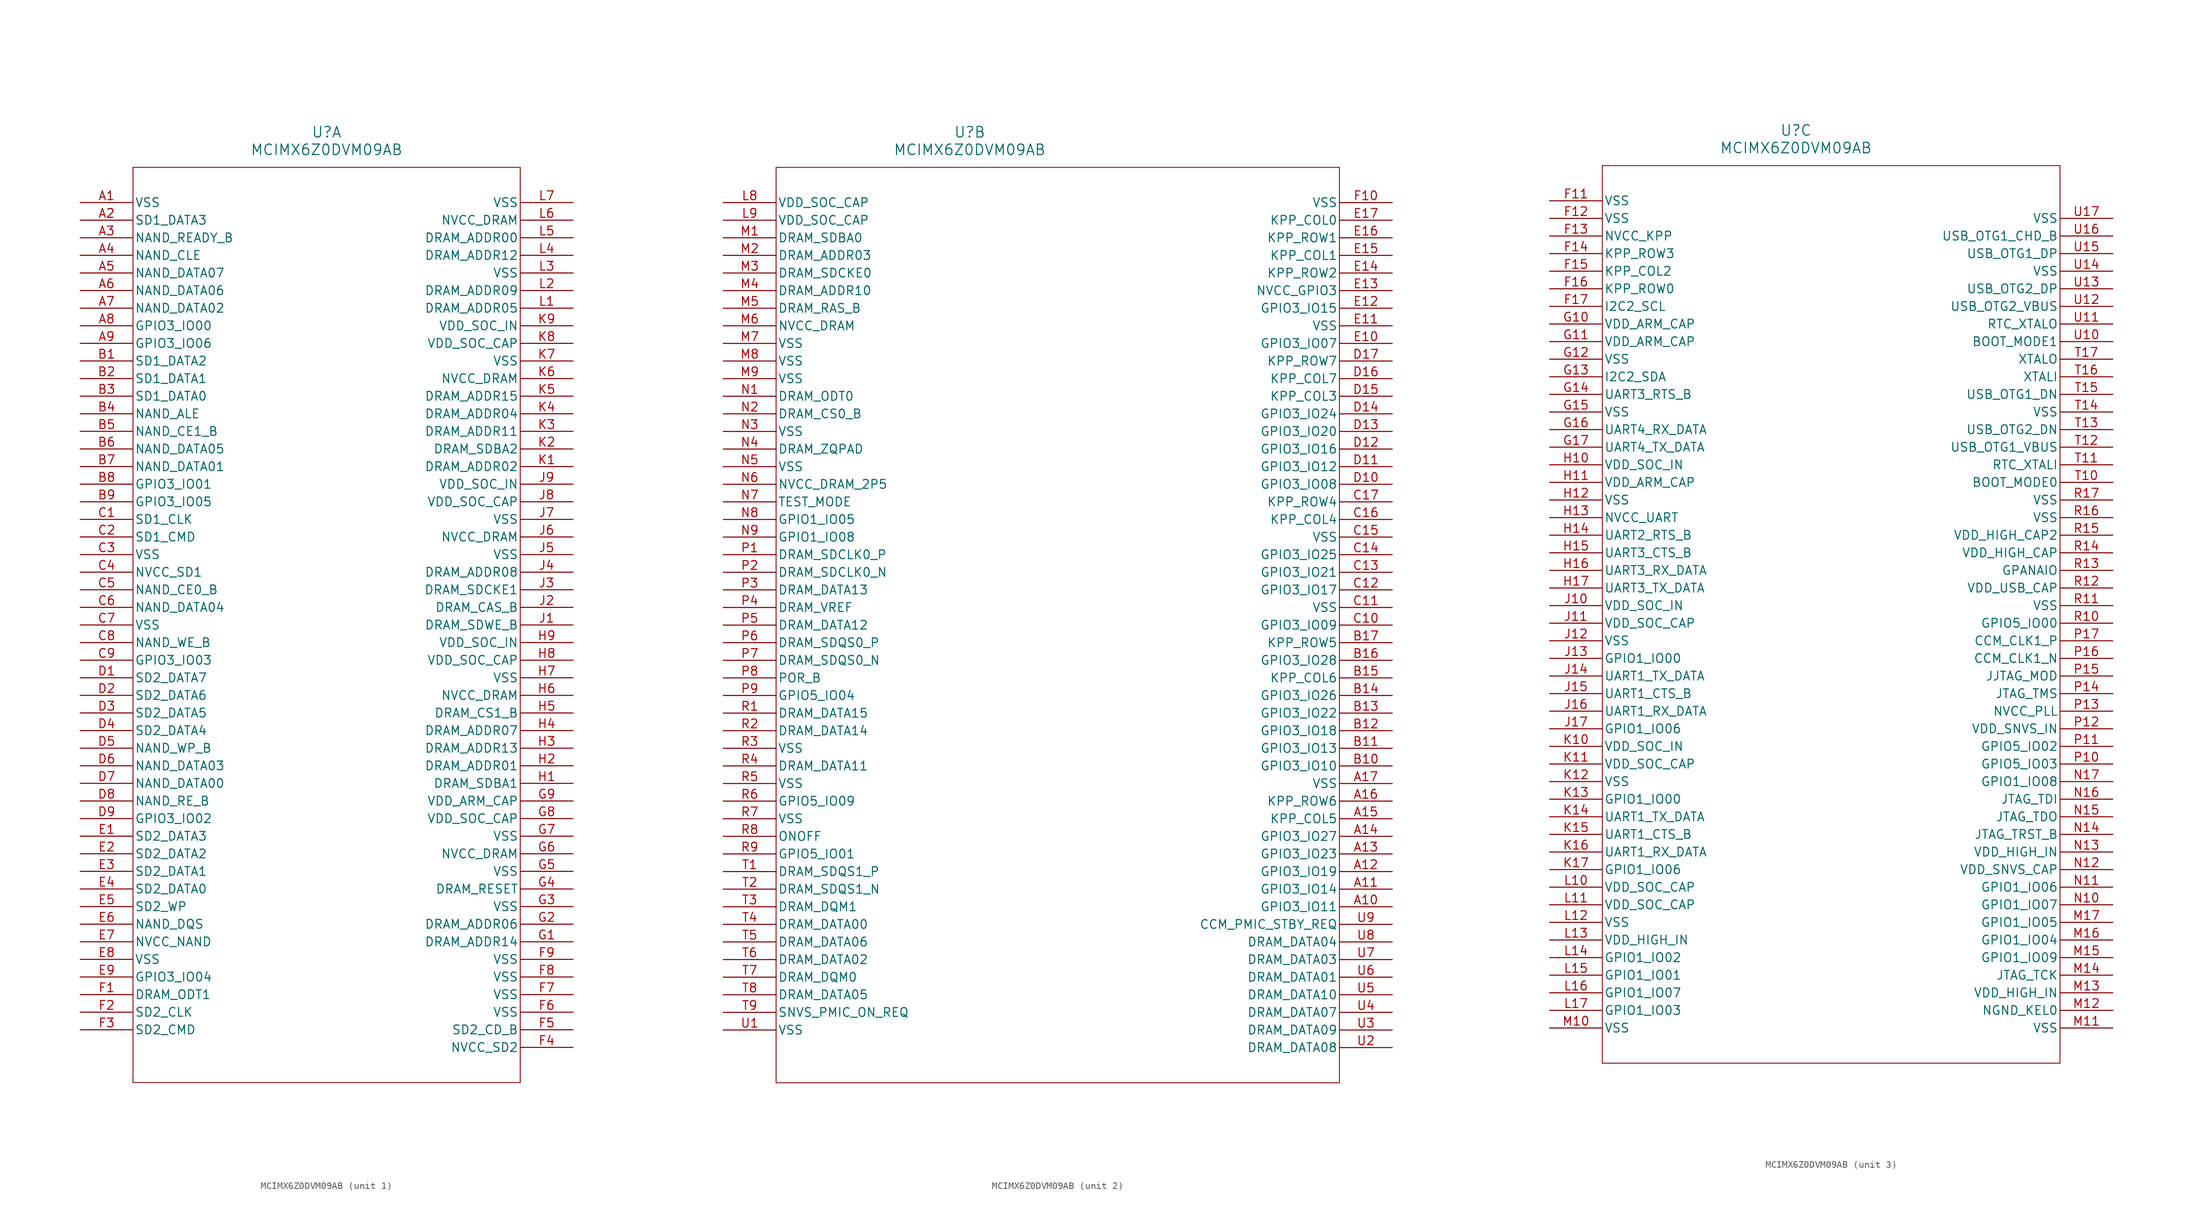
<source format=kicad_sym>
(kicad_symbol_lib
  (version 20211014)
  (generator kicad_symbol_editor)
  (symbol "MCIMX6Z0DVM09AB"
    (pin_names
      (offset 0.254))
    (property "Reference" "U"
      (at 35.56 10.16 0)
      (effects (font (size 1.524 1.524))))
    (property "Value" "MCIMX6Z0DVM09AB"
      (at 35.56 7.62 0)
      (effects (font (size 1.524 1.524))))
    (symbol "MCIMX6Z0DVM09AB_1_1"
      (polyline (pts (xy 7.62 5.08) (xy 7.62 -127)) (stroke (width 0.127) (type default) (color 0 0 0 0)) (fill (type none)))
      (polyline (pts (xy 7.62 -127) (xy 63.5 -127)) (stroke (width 0.127) (type default) (color 0 0 0 0)) (fill (type none)))
      (polyline (pts (xy 63.5 -127) (xy 63.5 5.08)) (stroke (width 0.127) (type default) (color 0 0 0 0)) (fill (type none)))
      (polyline (pts (xy 63.5 5.08) (xy 7.62 5.08)) (stroke (width 0.127) (type default) (color 0 0 0 0)) (fill (type none)))
      (pin power_out line (at 0 0 0) (length 7.62) (name "VSS" (effects (font (size 1.27 1.27)))) (number "A1" (effects (font (size 1.27 1.27)))))
      (pin input line (at 0 -2.54 0) (length 7.62) (name "SD1_DATA3" (effects (font (size 1.27 1.27)))) (number "A2" (effects (font (size 1.27 1.27)))))
      (pin input line (at 0 -5.08 0) (length 7.62) (name "NAND_READY_B" (effects (font (size 1.27 1.27)))) (number "A3" (effects (font (size 1.27 1.27)))))
      (pin input line (at 0 -7.62 0) (length 7.62) (name "NAND_CLE" (effects (font (size 1.27 1.27)))) (number "A4" (effects (font (size 1.27 1.27)))))
      (pin input line (at 0 -10.16 0) (length 7.62) (name "NAND_DATA07" (effects (font (size 1.27 1.27)))) (number "A5" (effects (font (size 1.27 1.27)))))
      (pin input line (at 0 -12.7 0) (length 7.62) (name "NAND_DATA06" (effects (font (size 1.27 1.27)))) (number "A6" (effects (font (size 1.27 1.27)))))
      (pin input line (at 0 -15.24 0) (length 7.62) (name "NAND_DATA02" (effects (font (size 1.27 1.27)))) (number "A7" (effects (font (size 1.27 1.27)))))
      (pin input line (at 0 -17.78 0) (length 7.62) (name "GPIO3_IO00" (effects (font (size 1.27 1.27)))) (number "A8" (effects (font (size 1.27 1.27)))))
      (pin input line (at 0 -20.32 0) (length 7.62) (name "GPIO3_IO06" (effects (font (size 1.27 1.27)))) (number "A9" (effects (font (size 1.27 1.27)))))
      (pin input line (at 0 -22.86 0) (length 7.62) (name "SD1_DATA2" (effects (font (size 1.27 1.27)))) (number "B1" (effects (font (size 1.27 1.27)))))
      (pin input line (at 0 -25.4 0) (length 7.62) (name "SD1_DATA1" (effects (font (size 1.27 1.27)))) (number "B2" (effects (font (size 1.27 1.27)))))
      (pin input line (at 0 -27.94 0) (length 7.62) (name "SD1_DATA0" (effects (font (size 1.27 1.27)))) (number "B3" (effects (font (size 1.27 1.27)))))
      (pin input line (at 0 -30.48 0) (length 7.62) (name "NAND_ALE" (effects (font (size 1.27 1.27)))) (number "B4" (effects (font (size 1.27 1.27)))))
      (pin input line (at 0 -33.02 0) (length 7.62) (name "NAND_CE1_B" (effects (font (size 1.27 1.27)))) (number "B5" (effects (font (size 1.27 1.27)))))
      (pin input line (at 0 -35.56 0) (length 7.62) (name "NAND_DATA05" (effects (font (size 1.27 1.27)))) (number "B6" (effects (font (size 1.27 1.27)))))
      (pin input line (at 0 -38.1 0) (length 7.62) (name "NAND_DATA01" (effects (font (size 1.27 1.27)))) (number "B7" (effects (font (size 1.27 1.27)))))
      (pin input line (at 0 -40.64 0) (length 7.62) (name "GPIO3_IO01" (effects (font (size 1.27 1.27)))) (number "B8" (effects (font (size 1.27 1.27)))))
      (pin input line (at 0 -43.18 0) (length 7.62) (name "GPIO3_IO05" (effects (font (size 1.27 1.27)))) (number "B9" (effects (font (size 1.27 1.27)))))
      (pin input line (at 0 -45.72 0) (length 7.62) (name "SD1_CLK" (effects (font (size 1.27 1.27)))) (number "C1" (effects (font (size 1.27 1.27)))))
      (pin input line (at 0 -48.26 0) (length 7.62) (name "SD1_CMD" (effects (font (size 1.27 1.27)))) (number "C2" (effects (font (size 1.27 1.27)))))
      (pin power_out line (at 0 -50.8 0) (length 7.62) (name "VSS" (effects (font (size 1.27 1.27)))) (number "C3" (effects (font (size 1.27 1.27)))))
      (pin bidirectional line (at 0 -53.34 0) (length 7.62) (name "NVCC_SD1" (effects (font (size 1.27 1.27)))) (number "C4" (effects (font (size 1.27 1.27)))))
      (pin input line (at 0 -55.88 0) (length 7.62) (name "NAND_CE0_B" (effects (font (size 1.27 1.27)))) (number "C5" (effects (font (size 1.27 1.27)))))
      (pin input line (at 0 -58.42 0) (length 7.62) (name "NAND_DATA04" (effects (font (size 1.27 1.27)))) (number "C6" (effects (font (size 1.27 1.27)))))
      (pin power_out line (at 0 -60.96 0) (length 7.62) (name "VSS" (effects (font (size 1.27 1.27)))) (number "C7" (effects (font (size 1.27 1.27)))))
      (pin input line (at 0 -63.5 0) (length 7.62) (name "NAND_WE_B" (effects (font (size 1.27 1.27)))) (number "C8" (effects (font (size 1.27 1.27)))))
      (pin input line (at 0 -66.04 0) (length 7.62) (name "GPIO3_IO03" (effects (font (size 1.27 1.27)))) (number "C9" (effects (font (size 1.27 1.27)))))
      (pin input line (at 0 -68.58 0) (length 7.62) (name "SD2_DATA7" (effects (font (size 1.27 1.27)))) (number "D1" (effects (font (size 1.27 1.27)))))
      (pin input line (at 0 -71.12 0) (length 7.62) (name "SD2_DATA6" (effects (font (size 1.27 1.27)))) (number "D2" (effects (font (size 1.27 1.27)))))
      (pin input line (at 0 -73.66 0) (length 7.62) (name "SD2_DATA5" (effects (font (size 1.27 1.27)))) (number "D3" (effects (font (size 1.27 1.27)))))
      (pin input line (at 0 -76.2 0) (length 7.62) (name "SD2_DATA4" (effects (font (size 1.27 1.27)))) (number "D4" (effects (font (size 1.27 1.27)))))
      (pin input line (at 0 -78.74 0) (length 7.62) (name "NAND_WP_B" (effects (font (size 1.27 1.27)))) (number "D5" (effects (font (size 1.27 1.27)))))
      (pin input line (at 0 -81.28 0) (length 7.62) (name "NAND_DATA03" (effects (font (size 1.27 1.27)))) (number "D6" (effects (font (size 1.27 1.27)))))
      (pin input line (at 0 -83.82 0) (length 7.62) (name "NAND_DATA00" (effects (font (size 1.27 1.27)))) (number "D7" (effects (font (size 1.27 1.27)))))
      (pin input line (at 0 -86.36 0) (length 7.62) (name "NAND_RE_B" (effects (font (size 1.27 1.27)))) (number "D8" (effects (font (size 1.27 1.27)))))
      (pin input line (at 0 -88.9 0) (length 7.62) (name "GPIO3_IO02" (effects (font (size 1.27 1.27)))) (number "D9" (effects (font (size 1.27 1.27)))))
      (pin input line (at 0 -91.44 0) (length 7.62) (name "SD2_DATA3" (effects (font (size 1.27 1.27)))) (number "E1" (effects (font (size 1.27 1.27)))))
      (pin input line (at 0 -93.98 0) (length 7.62) (name "SD2_DATA2" (effects (font (size 1.27 1.27)))) (number "E2" (effects (font (size 1.27 1.27)))))
      (pin input line (at 0 -96.52 0) (length 7.62) (name "SD2_DATA1" (effects (font (size 1.27 1.27)))) (number "E3" (effects (font (size 1.27 1.27)))))
      (pin input line (at 0 -99.06 0) (length 7.62) (name "SD2_DATA0" (effects (font (size 1.27 1.27)))) (number "E4" (effects (font (size 1.27 1.27)))))
      (pin input line (at 0 -101.6 0) (length 7.62) (name "SD2_WP" (effects (font (size 1.27 1.27)))) (number "E5" (effects (font (size 1.27 1.27)))))
      (pin input line (at 0 -104.14 0) (length 7.62) (name "NAND_DQS" (effects (font (size 1.27 1.27)))) (number "E6" (effects (font (size 1.27 1.27)))))
      (pin power_in line (at 0 -106.68 0) (length 7.62) (name "NVCC_NAND" (effects (font (size 1.27 1.27)))) (number "E7" (effects (font (size 1.27 1.27)))))
      (pin power_out line (at 0 -109.22 0) (length 7.62) (name "VSS" (effects (font (size 1.27 1.27)))) (number "E8" (effects (font (size 1.27 1.27)))))
      (pin input line (at 0 -111.76 0) (length 7.62) (name "GPIO3_IO04" (effects (font (size 1.27 1.27)))) (number "E9" (effects (font (size 1.27 1.27)))))
      (pin output line (at 0 -114.3 0) (length 7.62) (name "DRAM_ODT1" (effects (font (size 1.27 1.27)))) (number "F1" (effects (font (size 1.27 1.27)))))
      (pin input line (at 0 -116.84 0) (length 7.62) (name "SD2_CLK" (effects (font (size 1.27 1.27)))) (number "F2" (effects (font (size 1.27 1.27)))))
      (pin input line (at 0 -119.38 0) (length 7.62) (name "SD2_CMD" (effects (font (size 1.27 1.27)))) (number "F3" (effects (font (size 1.27 1.27)))))
      (pin bidirectional line (at 71.12 -121.92 180) (length 7.62) (name "NVCC_SD2" (effects (font (size 1.27 1.27)))) (number "F4" (effects (font (size 1.27 1.27)))))
      (pin input line (at 71.12 -119.38 180) (length 7.62) (name "SD2_CD_B" (effects (font (size 1.27 1.27)))) (number "F5" (effects (font (size 1.27 1.27)))))
      (pin power_out line (at 71.12 -116.84 180) (length 7.62) (name "VSS" (effects (font (size 1.27 1.27)))) (number "F6" (effects (font (size 1.27 1.27)))))
      (pin power_out line (at 71.12 -114.3 180) (length 7.62) (name "VSS" (effects (font (size 1.27 1.27)))) (number "F7" (effects (font (size 1.27 1.27)))))
      (pin power_out line (at 71.12 -111.76 180) (length 7.62) (name "VSS" (effects (font (size 1.27 1.27)))) (number "F8" (effects (font (size 1.27 1.27)))))
      (pin power_out line (at 71.12 -109.22 180) (length 7.62) (name "VSS" (effects (font (size 1.27 1.27)))) (number "F9" (effects (font (size 1.27 1.27)))))
      (pin output line (at 71.12 -106.68 180) (length 7.62) (name "DRAM_ADDR14" (effects (font (size 1.27 1.27)))) (number "G1" (effects (font (size 1.27 1.27)))))
      (pin output line (at 71.12 -104.14 180) (length 7.62) (name "DRAM_ADDR06" (effects (font (size 1.27 1.27)))) (number "G2" (effects (font (size 1.27 1.27)))))
      (pin power_out line (at 71.12 -101.6 180) (length 7.62) (name "VSS" (effects (font (size 1.27 1.27)))) (number "G3" (effects (font (size 1.27 1.27)))))
      (pin output line (at 71.12 -99.06 180) (length 7.62) (name "DRAM_RESET" (effects (font (size 1.27 1.27)))) (number "G4" (effects (font (size 1.27 1.27)))))
      (pin power_out line (at 71.12 -96.52 180) (length 7.62) (name "VSS" (effects (font (size 1.27 1.27)))) (number "G5" (effects (font (size 1.27 1.27)))))
      (pin power_in line (at 71.12 -93.98 180) (length 7.62) (name "NVCC_DRAM" (effects (font (size 1.27 1.27)))) (number "G6" (effects (font (size 1.27 1.27)))))
      (pin power_out line (at 71.12 -91.44 180) (length 7.62) (name "VSS" (effects (font (size 1.27 1.27)))) (number "G7" (effects (font (size 1.27 1.27)))))
      (pin power_in line (at 71.12 -88.9 180) (length 7.62) (name "VDD_SOC_CAP" (effects (font (size 1.27 1.27)))) (number "G8" (effects (font (size 1.27 1.27)))))
      (pin power_in line (at 71.12 -86.36 180) (length 7.62) (name "VDD_ARM_CAP" (effects (font (size 1.27 1.27)))) (number "G9" (effects (font (size 1.27 1.27)))))
      (pin output line (at 71.12 -83.82 180) (length 7.62) (name "DRAM_SDBA1" (effects (font (size 1.27 1.27)))) (number "H1" (effects (font (size 1.27 1.27)))))
      (pin output line (at 71.12 -81.28 180) (length 7.62) (name "DRAM_ADDR01" (effects (font (size 1.27 1.27)))) (number "H2" (effects (font (size 1.27 1.27)))))
      (pin output line (at 71.12 -78.74 180) (length 7.62) (name "DRAM_ADDR13" (effects (font (size 1.27 1.27)))) (number "H3" (effects (font (size 1.27 1.27)))))
      (pin output line (at 71.12 -76.2 180) (length 7.62) (name "DRAM_ADDR07" (effects (font (size 1.27 1.27)))) (number "H4" (effects (font (size 1.27 1.27)))))
      (pin output line (at 71.12 -73.66 180) (length 7.62) (name "DRAM_CS1_B" (effects (font (size 1.27 1.27)))) (number "H5" (effects (font (size 1.27 1.27)))))
      (pin power_in line (at 71.12 -71.12 180) (length 7.62) (name "NVCC_DRAM" (effects (font (size 1.27 1.27)))) (number "H6" (effects (font (size 1.27 1.27)))))
      (pin power_out line (at 71.12 -68.58 180) (length 7.62) (name "VSS" (effects (font (size 1.27 1.27)))) (number "H7" (effects (font (size 1.27 1.27)))))
      (pin power_in line (at 71.12 -66.04 180) (length 7.62) (name "VDD_SOC_CAP" (effects (font (size 1.27 1.27)))) (number "H8" (effects (font (size 1.27 1.27)))))
      (pin power_in line (at 71.12 -63.5 180) (length 7.62) (name "VDD_SOC_IN" (effects (font (size 1.27 1.27)))) (number "H9" (effects (font (size 1.27 1.27)))))
      (pin output line (at 71.12 -60.96 180) (length 7.62) (name "DRAM_SDWE_B" (effects (font (size 1.27 1.27)))) (number "J1" (effects (font (size 1.27 1.27)))))
      (pin output line (at 71.12 -58.42 180) (length 7.62) (name "DRAM_CAS_B" (effects (font (size 1.27 1.27)))) (number "J2" (effects (font (size 1.27 1.27)))))
      (pin output line (at 71.12 -55.88 180) (length 7.62) (name "DRAM_SDCKE1" (effects (font (size 1.27 1.27)))) (number "J3" (effects (font (size 1.27 1.27)))))
      (pin output line (at 71.12 -53.34 180) (length 7.62) (name "DRAM_ADDR08" (effects (font (size 1.27 1.27)))) (number "J4" (effects (font (size 1.27 1.27)))))
      (pin power_out line (at 71.12 -50.8 180) (length 7.62) (name "VSS" (effects (font (size 1.27 1.27)))) (number "J5" (effects (font (size 1.27 1.27)))))
      (pin power_in line (at 71.12 -48.26 180) (length 7.62) (name "NVCC_DRAM" (effects (font (size 1.27 1.27)))) (number "J6" (effects (font (size 1.27 1.27)))))
      (pin power_out line (at 71.12 -45.72 180) (length 7.62) (name "VSS" (effects (font (size 1.27 1.27)))) (number "J7" (effects (font (size 1.27 1.27)))))
      (pin power_in line (at 71.12 -43.18 180) (length 7.62) (name "VDD_SOC_CAP" (effects (font (size 1.27 1.27)))) (number "J8" (effects (font (size 1.27 1.27)))))
      (pin power_in line (at 71.12 -40.64 180) (length 7.62) (name "VDD_SOC_IN" (effects (font (size 1.27 1.27)))) (number "J9" (effects (font (size 1.27 1.27)))))
      (pin output line (at 71.12 -38.1 180) (length 7.62) (name "DRAM_ADDR02" (effects (font (size 1.27 1.27)))) (number "K1" (effects (font (size 1.27 1.27)))))
      (pin output line (at 71.12 -35.56 180) (length 7.62) (name "DRAM_SDBA2" (effects (font (size 1.27 1.27)))) (number "K2" (effects (font (size 1.27 1.27)))))
      (pin output line (at 71.12 -33.02 180) (length 7.62) (name "DRAM_ADDR11" (effects (font (size 1.27 1.27)))) (number "K3" (effects (font (size 1.27 1.27)))))
      (pin output line (at 71.12 -30.48 180) (length 7.62) (name "DRAM_ADDR04" (effects (font (size 1.27 1.27)))) (number "K4" (effects (font (size 1.27 1.27)))))
      (pin output line (at 71.12 -27.94 180) (length 7.62) (name "DRAM_ADDR15" (effects (font (size 1.27 1.27)))) (number "K5" (effects (font (size 1.27 1.27)))))
      (pin power_in line (at 71.12 -25.4 180) (length 7.62) (name "NVCC_DRAM" (effects (font (size 1.27 1.27)))) (number "K6" (effects (font (size 1.27 1.27)))))
      (pin power_out line (at 71.12 -22.86 180) (length 7.62) (name "VSS" (effects (font (size 1.27 1.27)))) (number "K7" (effects (font (size 1.27 1.27)))))
      (pin power_in line (at 71.12 -20.32 180) (length 7.62) (name "VDD_SOC_CAP" (effects (font (size 1.27 1.27)))) (number "K8" (effects (font (size 1.27 1.27)))))
      (pin power_in line (at 71.12 -17.78 180) (length 7.62) (name "VDD_SOC_IN" (effects (font (size 1.27 1.27)))) (number "K9" (effects (font (size 1.27 1.27)))))
      (pin output line (at 71.12 -15.24 180) (length 7.62) (name "DRAM_ADDR05" (effects (font (size 1.27 1.27)))) (number "L1" (effects (font (size 1.27 1.27)))))
      (pin output line (at 71.12 -12.7 180) (length 7.62) (name "DRAM_ADDR09" (effects (font (size 1.27 1.27)))) (number "L2" (effects (font (size 1.27 1.27)))))
      (pin power_out line (at 71.12 -10.16 180) (length 7.62) (name "VSS" (effects (font (size 1.27 1.27)))) (number "L3" (effects (font (size 1.27 1.27)))))
      (pin output line (at 71.12 -7.62 180) (length 7.62) (name "DRAM_ADDR12" (effects (font (size 1.27 1.27)))) (number "L4" (effects (font (size 1.27 1.27)))))
      (pin output line (at 71.12 -5.08 180) (length 7.62) (name "DRAM_ADDR00" (effects (font (size 1.27 1.27)))) (number "L5" (effects (font (size 1.27 1.27)))))
      (pin power_in line (at 71.12 -2.54 180) (length 7.62) (name "NVCC_DRAM" (effects (font (size 1.27 1.27)))) (number "L6" (effects (font (size 1.27 1.27)))))
      (pin power_out line (at 71.12 0 180) (length 7.62) (name "VSS" (effects (font (size 1.27 1.27)))) (number "L7" (effects (font (size 1.27 1.27))))))
    (symbol "MCIMX6Z0DVM09AB_2_1"
      (polyline (pts (xy 7.62 5.08) (xy 7.62 -127)) (stroke (width 0.127) (type default) (color 0 0 0 0)) (fill (type none)))
      (polyline (pts (xy 7.62 -127) (xy 88.9 -127)) (stroke (width 0.127) (type default) (color 0 0 0 0)) (fill (type none)))
      (polyline (pts (xy 88.9 -127) (xy 88.9 5.08)) (stroke (width 0.127) (type default) (color 0 0 0 0)) (fill (type none)))
      (polyline (pts (xy 88.9 5.08) (xy 7.62 5.08)) (stroke (width 0.127) (type default) (color 0 0 0 0)) (fill (type none)))
      (pin power_in line (at 0 0 0) (length 7.62) (name "VDD_SOC_CAP" (effects (font (size 1.27 1.27)))) (number "L8" (effects (font (size 1.27 1.27)))))
      (pin power_in line (at 0 -2.54 0) (length 7.62) (name "VDD_SOC_CAP" (effects (font (size 1.27 1.27)))) (number "L9" (effects (font (size 1.27 1.27)))))
      (pin output line (at 0 -5.08 0) (length 7.62) (name "DRAM_SDBA0" (effects (font (size 1.27 1.27)))) (number "M1" (effects (font (size 1.27 1.27)))))
      (pin output line (at 0 -7.62 0) (length 7.62) (name "DRAM_ADDR03" (effects (font (size 1.27 1.27)))) (number "M2" (effects (font (size 1.27 1.27)))))
      (pin output line (at 0 -10.16 0) (length 7.62) (name "DRAM_SDCKE0" (effects (font (size 1.27 1.27)))) (number "M3" (effects (font (size 1.27 1.27)))))
      (pin output line (at 0 -12.7 0) (length 7.62) (name "DRAM_ADDR10" (effects (font (size 1.27 1.27)))) (number "M4" (effects (font (size 1.27 1.27)))))
      (pin output line (at 0 -15.24 0) (length 7.62) (name "DRAM_RAS_B" (effects (font (size 1.27 1.27)))) (number "M5" (effects (font (size 1.27 1.27)))))
      (pin power_in line (at 0 -17.78 0) (length 7.62) (name "NVCC_DRAM" (effects (font (size 1.27 1.27)))) (number "M6" (effects (font (size 1.27 1.27)))))
      (pin power_out line (at 0 -20.32 0) (length 7.62) (name "VSS" (effects (font (size 1.27 1.27)))) (number "M7" (effects (font (size 1.27 1.27)))))
      (pin power_out line (at 0 -22.86 0) (length 7.62) (name "VSS" (effects (font (size 1.27 1.27)))) (number "M8" (effects (font (size 1.27 1.27)))))
      (pin power_out line (at 0 -25.4 0) (length 7.62) (name "VSS" (effects (font (size 1.27 1.27)))) (number "M9" (effects (font (size 1.27 1.27)))))
      (pin output line (at 0 -27.94 0) (length 7.62) (name "DRAM_ODT0" (effects (font (size 1.27 1.27)))) (number "N1" (effects (font (size 1.27 1.27)))))
      (pin output line (at 0 -30.48 0) (length 7.62) (name "DRAM_CS0_B" (effects (font (size 1.27 1.27)))) (number "N2" (effects (font (size 1.27 1.27)))))
      (pin power_out line (at 0 -33.02 0) (length 7.62) (name "VSS" (effects (font (size 1.27 1.27)))) (number "N3" (effects (font (size 1.27 1.27)))))
      (pin input line (at 0 -35.56 0) (length 7.62) (name "DRAM_ZQPAD" (effects (font (size 1.27 1.27)))) (number "N4" (effects (font (size 1.27 1.27)))))
      (pin power_out line (at 0 -38.1 0) (length 7.62) (name "VSS" (effects (font (size 1.27 1.27)))) (number "N5" (effects (font (size 1.27 1.27)))))
      (pin power_in line (at 0 -40.64 0) (length 7.62) (name "NVCC_DRAM_2P5" (effects (font (size 1.27 1.27)))) (number "N6" (effects (font (size 1.27 1.27)))))
      (pin input line (at 0 -43.18 0) (length 7.62) (name "TEST_MODE" (effects (font (size 1.27 1.27)))) (number "N7" (effects (font (size 1.27 1.27)))))
      (pin input line (at 0 -45.72 0) (length 7.62) (name "GPIO1_IO05" (effects (font (size 1.27 1.27)))) (number "N8" (effects (font (size 1.27 1.27)))))
      (pin input line (at 0 -48.26 0) (length 7.62) (name "GPIO1_IO08" (effects (font (size 1.27 1.27)))) (number "N9" (effects (font (size 1.27 1.27)))))
      (pin input line (at 0 -50.8 0) (length 7.62) (name "DRAM_SDCLK0_P" (effects (font (size 1.27 1.27)))) (number "P1" (effects (font (size 1.27 1.27)))))
      (pin input line (at 0 -53.34 0) (length 7.62) (name "DRAM_SDCLK0_N" (effects (font (size 1.27 1.27)))) (number "P2" (effects (font (size 1.27 1.27)))))
      (pin input line (at 0 -55.88 0) (length 7.62) (name "DRAM_DATA13" (effects (font (size 1.27 1.27)))) (number "P3" (effects (font (size 1.27 1.27)))))
      (pin power_in line (at 0 -58.42 0) (length 7.62) (name "DRAM_VREF" (effects (font (size 1.27 1.27)))) (number "P4" (effects (font (size 1.27 1.27)))))
      (pin input line (at 0 -60.96 0) (length 7.62) (name "DRAM_DATA12" (effects (font (size 1.27 1.27)))) (number "P5" (effects (font (size 1.27 1.27)))))
      (pin input line (at 0 -63.5 0) (length 7.62) (name "DRAM_SDQS0_P" (effects (font (size 1.27 1.27)))) (number "P6" (effects (font (size 1.27 1.27)))))
      (pin input line (at 0 -66.04 0) (length 7.62) (name "DRAM_SDQS0_N" (effects (font (size 1.27 1.27)))) (number "P7" (effects (font (size 1.27 1.27)))))
      (pin input line (at 0 -68.58 0) (length 7.62) (name "POR_B" (effects (font (size 1.27 1.27)))) (number "P8" (effects (font (size 1.27 1.27)))))
      (pin input line (at 0 -71.12 0) (length 7.62) (name "GPIO5_IO04" (effects (font (size 1.27 1.27)))) (number "P9" (effects (font (size 1.27 1.27)))))
      (pin input line (at 0 -73.66 0) (length 7.62) (name "DRAM_DATA15" (effects (font (size 1.27 1.27)))) (number "R1" (effects (font (size 1.27 1.27)))))
      (pin input line (at 0 -76.2 0) (length 7.62) (name "DRAM_DATA14" (effects (font (size 1.27 1.27)))) (number "R2" (effects (font (size 1.27 1.27)))))
      (pin power_out line (at 0 -78.74 0) (length 7.62) (name "VSS" (effects (font (size 1.27 1.27)))) (number "R3" (effects (font (size 1.27 1.27)))))
      (pin input line (at 0 -81.28 0) (length 7.62) (name "DRAM_DATA11" (effects (font (size 1.27 1.27)))) (number "R4" (effects (font (size 1.27 1.27)))))
      (pin power_out line (at 0 -83.82 0) (length 7.62) (name "VSS" (effects (font (size 1.27 1.27)))) (number "R5" (effects (font (size 1.27 1.27)))))
      (pin input line (at 0 -86.36 0) (length 7.62) (name "GPIO5_IO09" (effects (font (size 1.27 1.27)))) (number "R6" (effects (font (size 1.27 1.27)))))
      (pin power_out line (at 0 -88.9 0) (length 7.62) (name "VSS" (effects (font (size 1.27 1.27)))) (number "R7" (effects (font (size 1.27 1.27)))))
      (pin input line (at 0 -91.44 0) (length 7.62) (name "ONOFF" (effects (font (size 1.27 1.27)))) (number "R8" (effects (font (size 1.27 1.27)))))
      (pin input line (at 0 -93.98 0) (length 7.62) (name "GPIO5_IO01" (effects (font (size 1.27 1.27)))) (number "R9" (effects (font (size 1.27 1.27)))))
      (pin input line (at 0 -96.52 0) (length 7.62) (name "DRAM_SDQS1_P" (effects (font (size 1.27 1.27)))) (number "T1" (effects (font (size 1.27 1.27)))))
      (pin input line (at 0 -99.06 0) (length 7.62) (name "DRAM_SDQS1_N" (effects (font (size 1.27 1.27)))) (number "T2" (effects (font (size 1.27 1.27)))))
      (pin output line (at 0 -101.6 0) (length 7.62) (name "DRAM_DQM1" (effects (font (size 1.27 1.27)))) (number "T3" (effects (font (size 1.27 1.27)))))
      (pin input line (at 0 -104.14 0) (length 7.62) (name "DRAM_DATA00" (effects (font (size 1.27 1.27)))) (number "T4" (effects (font (size 1.27 1.27)))))
      (pin input line (at 0 -106.68 0) (length 7.62) (name "DRAM_DATA06" (effects (font (size 1.27 1.27)))) (number "T5" (effects (font (size 1.27 1.27)))))
      (pin input line (at 0 -109.22 0) (length 7.62) (name "DRAM_DATA02" (effects (font (size 1.27 1.27)))) (number "T6" (effects (font (size 1.27 1.27)))))
      (pin output line (at 0 -111.76 0) (length 7.62) (name "DRAM_DQM0" (effects (font (size 1.27 1.27)))) (number "T7" (effects (font (size 1.27 1.27)))))
      (pin input line (at 0 -114.3 0) (length 7.62) (name "DRAM_DATA05" (effects (font (size 1.27 1.27)))) (number "T8" (effects (font (size 1.27 1.27)))))
      (pin output line (at 0 -116.84 0) (length 7.62) (name "SNVS_PMIC_ON_REQ" (effects (font (size 1.27 1.27)))) (number "T9" (effects (font (size 1.27 1.27)))))
      (pin power_out line (at 0 -119.38 0) (length 7.62) (name "VSS" (effects (font (size 1.27 1.27)))) (number "U1" (effects (font (size 1.27 1.27)))))
      (pin input line (at 96.52 -121.92 180) (length 7.62) (name "DRAM_DATA08" (effects (font (size 1.27 1.27)))) (number "U2" (effects (font (size 1.27 1.27)))))
      (pin input line (at 96.52 -119.38 180) (length 7.62) (name "DRAM_DATA09" (effects (font (size 1.27 1.27)))) (number "U3" (effects (font (size 1.27 1.27)))))
      (pin input line (at 96.52 -116.84 180) (length 7.62) (name "DRAM_DATA07" (effects (font (size 1.27 1.27)))) (number "U4" (effects (font (size 1.27 1.27)))))
      (pin input line (at 96.52 -114.3 180) (length 7.62) (name "DRAM_DATA10" (effects (font (size 1.27 1.27)))) (number "U5" (effects (font (size 1.27 1.27)))))
      (pin input line (at 96.52 -111.76 180) (length 7.62) (name "DRAM_DATA01" (effects (font (size 1.27 1.27)))) (number "U6" (effects (font (size 1.27 1.27)))))
      (pin input line (at 96.52 -109.22 180) (length 7.62) (name "DRAM_DATA03" (effects (font (size 1.27 1.27)))) (number "U7" (effects (font (size 1.27 1.27)))))
      (pin input line (at 96.52 -106.68 180) (length 7.62) (name "DRAM_DATA04" (effects (font (size 1.27 1.27)))) (number "U8" (effects (font (size 1.27 1.27)))))
      (pin output line (at 96.52 -104.14 180) (length 7.62) (name "CCM_PMIC_STBY_REQ" (effects (font (size 1.27 1.27)))) (number "U9" (effects (font (size 1.27 1.27)))))
      (pin input line (at 96.52 -101.6 180) (length 7.62) (name "GPIO3_IO11" (effects (font (size 1.27 1.27)))) (number "A10" (effects (font (size 1.27 1.27)))))
      (pin input line (at 96.52 -99.06 180) (length 7.62) (name "GPIO3_IO14" (effects (font (size 1.27 1.27)))) (number "A11" (effects (font (size 1.27 1.27)))))
      (pin input line (at 96.52 -96.52 180) (length 7.62) (name "GPIO3_IO19" (effects (font (size 1.27 1.27)))) (number "A12" (effects (font (size 1.27 1.27)))))
      (pin input line (at 96.52 -93.98 180) (length 7.62) (name "GPIO3_IO23" (effects (font (size 1.27 1.27)))) (number "A13" (effects (font (size 1.27 1.27)))))
      (pin input line (at 96.52 -91.44 180) (length 7.62) (name "GPIO3_IO27" (effects (font (size 1.27 1.27)))) (number "A14" (effects (font (size 1.27 1.27)))))
      (pin input line (at 96.52 -88.9 180) (length 7.62) (name "KPP_COL5" (effects (font (size 1.27 1.27)))) (number "A15" (effects (font (size 1.27 1.27)))))
      (pin input line (at 96.52 -86.36 180) (length 7.62) (name "KPP_ROW6" (effects (font (size 1.27 1.27)))) (number "A16" (effects (font (size 1.27 1.27)))))
      (pin power_out line (at 96.52 -83.82 180) (length 7.62) (name "VSS" (effects (font (size 1.27 1.27)))) (number "A17" (effects (font (size 1.27 1.27)))))
      (pin input line (at 96.52 -81.28 180) (length 7.62) (name "GPIO3_IO10" (effects (font (size 1.27 1.27)))) (number "B10" (effects (font (size 1.27 1.27)))))
      (pin input line (at 96.52 -78.74 180) (length 7.62) (name "GPIO3_IO13" (effects (font (size 1.27 1.27)))) (number "B11" (effects (font (size 1.27 1.27)))))
      (pin input line (at 96.52 -76.2 180) (length 7.62) (name "GPIO3_IO18" (effects (font (size 1.27 1.27)))) (number "B12" (effects (font (size 1.27 1.27)))))
      (pin input line (at 96.52 -73.66 180) (length 7.62) (name "GPIO3_IO22" (effects (font (size 1.27 1.27)))) (number "B13" (effects (font (size 1.27 1.27)))))
      (pin input line (at 96.52 -71.12 180) (length 7.62) (name "GPIO3_IO26" (effects (font (size 1.27 1.27)))) (number "B14" (effects (font (size 1.27 1.27)))))
      (pin input line (at 96.52 -68.58 180) (length 7.62) (name "KPP_COL6" (effects (font (size 1.27 1.27)))) (number "B15" (effects (font (size 1.27 1.27)))))
      (pin input line (at 96.52 -66.04 180) (length 7.62) (name "GPIO3_IO28" (effects (font (size 1.27 1.27)))) (number "B16" (effects (font (size 1.27 1.27)))))
      (pin input line (at 96.52 -63.5 180) (length 7.62) (name "KPP_ROW5" (effects (font (size 1.27 1.27)))) (number "B17" (effects (font (size 1.27 1.27)))))
      (pin input line (at 96.52 -60.96 180) (length 7.62) (name "GPIO3_IO09" (effects (font (size 1.27 1.27)))) (number "C10" (effects (font (size 1.27 1.27)))))
      (pin power_out line (at 96.52 -58.42 180) (length 7.62) (name "VSS" (effects (font (size 1.27 1.27)))) (number "C11" (effects (font (size 1.27 1.27)))))
      (pin input line (at 96.52 -55.88 180) (length 7.62) (name "GPIO3_IO17" (effects (font (size 1.27 1.27)))) (number "C12" (effects (font (size 1.27 1.27)))))
      (pin input line (at 96.52 -53.34 180) (length 7.62) (name "GPIO3_IO21" (effects (font (size 1.27 1.27)))) (number "C13" (effects (font (size 1.27 1.27)))))
      (pin input line (at 96.52 -50.8 180) (length 7.62) (name "GPIO3_IO25" (effects (font (size 1.27 1.27)))) (number "C14" (effects (font (size 1.27 1.27)))))
      (pin power_out line (at 96.52 -48.26 180) (length 7.62) (name "VSS" (effects (font (size 1.27 1.27)))) (number "C15" (effects (font (size 1.27 1.27)))))
      (pin input line (at 96.52 -45.72 180) (length 7.62) (name "KPP_COL4" (effects (font (size 1.27 1.27)))) (number "C16" (effects (font (size 1.27 1.27)))))
      (pin input line (at 96.52 -43.18 180) (length 7.62) (name "KPP_ROW4" (effects (font (size 1.27 1.27)))) (number "C17" (effects (font (size 1.27 1.27)))))
      (pin input line (at 96.52 -40.64 180) (length 7.62) (name "GPIO3_IO08" (effects (font (size 1.27 1.27)))) (number "D10" (effects (font (size 1.27 1.27)))))
      (pin input line (at 96.52 -38.1 180) (length 7.62) (name "GPIO3_IO12" (effects (font (size 1.27 1.27)))) (number "D11" (effects (font (size 1.27 1.27)))))
      (pin input line (at 96.52 -35.56 180) (length 7.62) (name "GPIO3_IO16" (effects (font (size 1.27 1.27)))) (number "D12" (effects (font (size 1.27 1.27)))))
      (pin input line (at 96.52 -33.02 180) (length 7.62) (name "GPIO3_IO20" (effects (font (size 1.27 1.27)))) (number "D13" (effects (font (size 1.27 1.27)))))
      (pin input line (at 96.52 -30.48 180) (length 7.62) (name "GPIO3_IO24" (effects (font (size 1.27 1.27)))) (number "D14" (effects (font (size 1.27 1.27)))))
      (pin input line (at 96.52 -27.94 180) (length 7.62) (name "KPP_COL3" (effects (font (size 1.27 1.27)))) (number "D15" (effects (font (size 1.27 1.27)))))
      (pin input line (at 96.52 -25.4 180) (length 7.62) (name "KPP_COL7" (effects (font (size 1.27 1.27)))) (number "D16" (effects (font (size 1.27 1.27)))))
      (pin input line (at 96.52 -22.86 180) (length 7.62) (name "KPP_ROW7" (effects (font (size 1.27 1.27)))) (number "D17" (effects (font (size 1.27 1.27)))))
      (pin input line (at 96.52 -20.32 180) (length 7.62) (name "GPIO3_IO07" (effects (font (size 1.27 1.27)))) (number "E10" (effects (font (size 1.27 1.27)))))
      (pin power_out line (at 96.52 -17.78 180) (length 7.62) (name "VSS" (effects (font (size 1.27 1.27)))) (number "E11" (effects (font (size 1.27 1.27)))))
      (pin input line (at 96.52 -15.24 180) (length 7.62) (name "GPIO3_IO15" (effects (font (size 1.27 1.27)))) (number "E12" (effects (font (size 1.27 1.27)))))
      (pin power_in line (at 96.52 -12.7 180) (length 7.62) (name "NVCC_GPIO3" (effects (font (size 1.27 1.27)))) (number "E13" (effects (font (size 1.27 1.27)))))
      (pin input line (at 96.52 -10.16 180) (length 7.62) (name "KPP_ROW2" (effects (font (size 1.27 1.27)))) (number "E14" (effects (font (size 1.27 1.27)))))
      (pin input line (at 96.52 -7.62 180) (length 7.62) (name "KPP_COL1" (effects (font (size 1.27 1.27)))) (number "E15" (effects (font (size 1.27 1.27)))))
      (pin input line (at 96.52 -5.08 180) (length 7.62) (name "KPP_ROW1" (effects (font (size 1.27 1.27)))) (number "E16" (effects (font (size 1.27 1.27)))))
      (pin input line (at 96.52 -2.54 180) (length 7.62) (name "KPP_COL0" (effects (font (size 1.27 1.27)))) (number "E17" (effects (font (size 1.27 1.27)))))
      (pin power_out line (at 96.52 0 180) (length 7.62) (name "VSS" (effects (font (size 1.27 1.27)))) (number "F10" (effects (font (size 1.27 1.27))))))
    (symbol "MCIMX6Z0DVM09AB_3_1"
      (polyline (pts (xy 7.62 5.08) (xy 7.62 -124.46)) (stroke (width 0.127) (type default) (color 0 0 0 0)) (fill (type none)))
      (polyline (pts (xy 7.62 -124.46) (xy 73.66 -124.46)) (stroke (width 0.127) (type default) (color 0 0 0 0)) (fill (type none)))
      (polyline (pts (xy 73.66 -124.46) (xy 73.66 5.08)) (stroke (width 0.127) (type default) (color 0 0 0 0)) (fill (type none)))
      (polyline (pts (xy 73.66 5.08) (xy 7.62 5.08)) (stroke (width 0.127) (type default) (color 0 0 0 0)) (fill (type none)))
      (pin power_out line (at 0 0 0) (length 7.62) (name "VSS" (effects (font (size 1.27 1.27)))) (number "F11" (effects (font (size 1.27 1.27)))))
      (pin power_out line (at 0 -2.54 0) (length 7.62) (name "VSS" (effects (font (size 1.27 1.27)))) (number "F12" (effects (font (size 1.27 1.27)))))
      (pin power_in line (at 0 -5.08 0) (length 7.62) (name "NVCC_KPP" (effects (font (size 1.27 1.27)))) (number "F13" (effects (font (size 1.27 1.27)))))
      (pin input line (at 0 -7.62 0) (length 7.62) (name "KPP_ROW3" (effects (font (size 1.27 1.27)))) (number "F14" (effects (font (size 1.27 1.27)))))
      (pin input line (at 0 -10.16 0) (length 7.62) (name "KPP_COL2" (effects (font (size 1.27 1.27)))) (number "F15" (effects (font (size 1.27 1.27)))))
      (pin input line (at 0 -12.7 0) (length 7.62) (name "KPP_ROW0" (effects (font (size 1.27 1.27)))) (number "F16" (effects (font (size 1.27 1.27)))))
      (pin input line (at 0 -15.24 0) (length 7.62) (name "I2C2_SCL" (effects (font (size 1.27 1.27)))) (number "F17" (effects (font (size 1.27 1.27)))))
      (pin power_in line (at 0 -17.78 0) (length 7.62) (name "VDD_ARM_CAP" (effects (font (size 1.27 1.27)))) (number "G10" (effects (font (size 1.27 1.27)))))
      (pin power_in line (at 0 -20.32 0) (length 7.62) (name "VDD_ARM_CAP" (effects (font (size 1.27 1.27)))) (number "G11" (effects (font (size 1.27 1.27)))))
      (pin power_out line (at 0 -22.86 0) (length 7.62) (name "VSS" (effects (font (size 1.27 1.27)))) (number "G12" (effects (font (size 1.27 1.27)))))
      (pin input line (at 0 -25.4 0) (length 7.62) (name "I2C2_SDA" (effects (font (size 1.27 1.27)))) (number "G13" (effects (font (size 1.27 1.27)))))
      (pin input line (at 0 -27.94 0) (length 7.62) (name "UART3_RTS_B" (effects (font (size 1.27 1.27)))) (number "G14" (effects (font (size 1.27 1.27)))))
      (pin power_out line (at 0 -30.48 0) (length 7.62) (name "VSS" (effects (font (size 1.27 1.27)))) (number "G15" (effects (font (size 1.27 1.27)))))
      (pin input line (at 0 -33.02 0) (length 7.62) (name "UART4_RX_DATA" (effects (font (size 1.27 1.27)))) (number "G16" (effects (font (size 1.27 1.27)))))
      (pin input line (at 0 -35.56 0) (length 7.62) (name "UART4_TX_DATA" (effects (font (size 1.27 1.27)))) (number "G17" (effects (font (size 1.27 1.27)))))
      (pin power_in line (at 0 -38.1 0) (length 7.62) (name "VDD_SOC_IN" (effects (font (size 1.27 1.27)))) (number "H10" (effects (font (size 1.27 1.27)))))
      (pin power_in line (at 0 -40.64 0) (length 7.62) (name "VDD_ARM_CAP" (effects (font (size 1.27 1.27)))) (number "H11" (effects (font (size 1.27 1.27)))))
      (pin power_out line (at 0 -43.18 0) (length 7.62) (name "VSS" (effects (font (size 1.27 1.27)))) (number "H12" (effects (font (size 1.27 1.27)))))
      (pin power_in line (at 0 -45.72 0) (length 7.62) (name "NVCC_UART" (effects (font (size 1.27 1.27)))) (number "H13" (effects (font (size 1.27 1.27)))))
      (pin input line (at 0 -48.26 0) (length 7.62) (name "UART2_RTS_B" (effects (font (size 1.27 1.27)))) (number "H14" (effects (font (size 1.27 1.27)))))
      (pin input line (at 0 -50.8 0) (length 7.62) (name "UART3_CTS_B" (effects (font (size 1.27 1.27)))) (number "H15" (effects (font (size 1.27 1.27)))))
      (pin input line (at 0 -53.34 0) (length 7.62) (name "UART3_RX_DATA" (effects (font (size 1.27 1.27)))) (number "H16" (effects (font (size 1.27 1.27)))))
      (pin input line (at 0 -55.88 0) (length 7.62) (name "UART3_TX_DATA" (effects (font (size 1.27 1.27)))) (number "H17" (effects (font (size 1.27 1.27)))))
      (pin power_in line (at 0 -58.42 0) (length 7.62) (name "VDD_SOC_IN" (effects (font (size 1.27 1.27)))) (number "J10" (effects (font (size 1.27 1.27)))))
      (pin power_in line (at 0 -60.96 0) (length 7.62) (name "VDD_SOC_CAP" (effects (font (size 1.27 1.27)))) (number "J11" (effects (font (size 1.27 1.27)))))
      (pin power_out line (at 0 -63.5 0) (length 7.62) (name "VSS" (effects (font (size 1.27 1.27)))) (number "J12" (effects (font (size 1.27 1.27)))))
      (pin input line (at 0 -66.04 0) (length 7.62) (name "GPIO1_IO00" (effects (font (size 1.27 1.27)))) (number "J13" (effects (font (size 1.27 1.27)))))
      (pin input line (at 0 -68.58 0) (length 7.62) (name "UART1_TX_DATA" (effects (font (size 1.27 1.27)))) (number "J14" (effects (font (size 1.27 1.27)))))
      (pin input line (at 0 -71.12 0) (length 7.62) (name "UART1_CTS_B" (effects (font (size 1.27 1.27)))) (number "J15" (effects (font (size 1.27 1.27)))))
      (pin input line (at 0 -73.66 0) (length 7.62) (name "UART1_RX_DATA" (effects (font (size 1.27 1.27)))) (number "J16" (effects (font (size 1.27 1.27)))))
      (pin input line (at 0 -76.2 0) (length 7.62) (name "GPIO1_IO06" (effects (font (size 1.27 1.27)))) (number "J17" (effects (font (size 1.27 1.27)))))
      (pin power_in line (at 0 -78.74 0) (length 7.62) (name "VDD_SOC_IN" (effects (font (size 1.27 1.27)))) (number "K10" (effects (font (size 1.27 1.27)))))
      (pin power_in line (at 0 -81.28 0) (length 7.62) (name "VDD_SOC_CAP" (effects (font (size 1.27 1.27)))) (number "K11" (effects (font (size 1.27 1.27)))))
      (pin power_out line (at 0 -83.82 0) (length 7.62) (name "VSS" (effects (font (size 1.27 1.27)))) (number "K12" (effects (font (size 1.27 1.27)))))
      (pin input line (at 0 -86.36 0) (length 7.62) (name "GPIO1_IO00" (effects (font (size 1.27 1.27)))) (number "K13" (effects (font (size 1.27 1.27)))))
      (pin input line (at 0 -88.9 0) (length 7.62) (name "UART1_TX_DATA" (effects (font (size 1.27 1.27)))) (number "K14" (effects (font (size 1.27 1.27)))))
      (pin input line (at 0 -91.44 0) (length 7.62) (name "UART1_CTS_B" (effects (font (size 1.27 1.27)))) (number "K15" (effects (font (size 1.27 1.27)))))
      (pin input line (at 0 -93.98 0) (length 7.62) (name "UART1_RX_DATA" (effects (font (size 1.27 1.27)))) (number "K16" (effects (font (size 1.27 1.27)))))
      (pin input line (at 0 -96.52 0) (length 7.62) (name "GPIO1_IO06" (effects (font (size 1.27 1.27)))) (number "K17" (effects (font (size 1.27 1.27)))))
      (pin power_in line (at 0 -99.06 0) (length 7.62) (name "VDD_SOC_CAP" (effects (font (size 1.27 1.27)))) (number "L10" (effects (font (size 1.27 1.27)))))
      (pin power_in line (at 0 -101.6 0) (length 7.62) (name "VDD_SOC_CAP" (effects (font (size 1.27 1.27)))) (number "L11" (effects (font (size 1.27 1.27)))))
      (pin power_out line (at 0 -104.14 0) (length 7.62) (name "VSS" (effects (font (size 1.27 1.27)))) (number "L12" (effects (font (size 1.27 1.27)))))
      (pin power_in line (at 0 -106.68 0) (length 7.62) (name "VDD_HIGH_IN" (effects (font (size 1.27 1.27)))) (number "L13" (effects (font (size 1.27 1.27)))))
      (pin input line (at 0 -109.22 0) (length 7.62) (name "GPIO1_IO02" (effects (font (size 1.27 1.27)))) (number "L14" (effects (font (size 1.27 1.27)))))
      (pin input line (at 0 -111.76 0) (length 7.62) (name "GPIO1_IO01" (effects (font (size 1.27 1.27)))) (number "L15" (effects (font (size 1.27 1.27)))))
      (pin input line (at 0 -114.3 0) (length 7.62) (name "GPIO1_IO07" (effects (font (size 1.27 1.27)))) (number "L16" (effects (font (size 1.27 1.27)))))
      (pin input line (at 0 -116.84 0) (length 7.62) (name "GPIO1_IO03" (effects (font (size 1.27 1.27)))) (number "L17" (effects (font (size 1.27 1.27)))))
      (pin power_out line (at 0 -119.38 0) (length 7.62) (name "VSS" (effects (font (size 1.27 1.27)))) (number "M10" (effects (font (size 1.27 1.27)))))
      (pin power_out line (at 81.28 -119.38 180) (length 7.62) (name "VSS" (effects (font (size 1.27 1.27)))) (number "M11" (effects (font (size 1.27 1.27)))))
      (pin power_out line (at 81.28 -116.84 180) (length 7.62) (name "NGND_KEL0" (effects (font (size 1.27 1.27)))) (number "M12" (effects (font (size 1.27 1.27)))))
      (pin power_in line (at 81.28 -114.3 180) (length 7.62) (name "VDD_HIGH_IN" (effects (font (size 1.27 1.27)))) (number "M13" (effects (font (size 1.27 1.27)))))
      (pin input line (at 81.28 -111.76 180) (length 7.62) (name "JTAG_TCK" (effects (font (size 1.27 1.27)))) (number "M14" (effects (font (size 1.27 1.27)))))
      (pin input line (at 81.28 -109.22 180) (length 7.62) (name "GPIO1_IO09" (effects (font (size 1.27 1.27)))) (number "M15" (effects (font (size 1.27 1.27)))))
      (pin input line (at 81.28 -106.68 180) (length 7.62) (name "GPIO1_IO04" (effects (font (size 1.27 1.27)))) (number "M16" (effects (font (size 1.27 1.27)))))
      (pin input line (at 81.28 -104.14 180) (length 7.62) (name "GPIO1_IO05" (effects (font (size 1.27 1.27)))) (number "M17" (effects (font (size 1.27 1.27)))))
      (pin input line (at 81.28 -101.6 180) (length 7.62) (name "GPIO1_IO07" (effects (font (size 1.27 1.27)))) (number "N10" (effects (font (size 1.27 1.27)))))
      (pin input line (at 81.28 -99.06 180) (length 7.62) (name "GPIO1_IO06" (effects (font (size 1.27 1.27)))) (number "N11" (effects (font (size 1.27 1.27)))))
      (pin power_in line (at 81.28 -96.52 180) (length 7.62) (name "VDD_SNVS_CAP" (effects (font (size 1.27 1.27)))) (number "N12" (effects (font (size 1.27 1.27)))))
      (pin power_in line (at 81.28 -93.98 180) (length 7.62) (name "VDD_HIGH_IN" (effects (font (size 1.27 1.27)))) (number "N13" (effects (font (size 1.27 1.27)))))
      (pin input line (at 81.28 -91.44 180) (length 7.62) (name "JTAG_TRST_B" (effects (font (size 1.27 1.27)))) (number "N14" (effects (font (size 1.27 1.27)))))
      (pin input line (at 81.28 -88.9 180) (length 7.62) (name "JTAG_TDO" (effects (font (size 1.27 1.27)))) (number "N15" (effects (font (size 1.27 1.27)))))
      (pin input line (at 81.28 -86.36 180) (length 7.62) (name "JTAG_TDI" (effects (font (size 1.27 1.27)))) (number "N16" (effects (font (size 1.27 1.27)))))
      (pin input line (at 81.28 -83.82 180) (length 7.62) (name "GPIO1_IO08" (effects (font (size 1.27 1.27)))) (number "N17" (effects (font (size 1.27 1.27)))))
      (pin input line (at 81.28 -81.28 180) (length 7.62) (name "GPIO5_IO03" (effects (font (size 1.27 1.27)))) (number "P10" (effects (font (size 1.27 1.27)))))
      (pin input line (at 81.28 -78.74 180) (length 7.62) (name "GPIO5_IO02" (effects (font (size 1.27 1.27)))) (number "P11" (effects (font (size 1.27 1.27)))))
      (pin power_in line (at 81.28 -76.2 180) (length 7.62) (name "VDD_SNVS_IN" (effects (font (size 1.27 1.27)))) (number "P12" (effects (font (size 1.27 1.27)))))
      (pin power_in line (at 81.28 -73.66 180) (length 7.62) (name "NVCC_PLL" (effects (font (size 1.27 1.27)))) (number "P13" (effects (font (size 1.27 1.27)))))
      (pin input line (at 81.28 -71.12 180) (length 7.62) (name "JTAG_TMS" (effects (font (size 1.27 1.27)))) (number "P14" (effects (font (size 1.27 1.27)))))
      (pin input line (at 81.28 -68.58 180) (length 7.62) (name "JJTAG_MOD" (effects (font (size 1.27 1.27)))) (number "P15" (effects (font (size 1.27 1.27)))))
      (pin unspecified line (at 81.28 -66.04 180) (length 7.62) (name "CCM_CLK1_N" (effects (font (size 1.27 1.27)))) (number "P16" (effects (font (size 1.27 1.27)))))
      (pin unspecified line (at 81.28 -63.5 180) (length 7.62) (name "CCM_CLK1_P" (effects (font (size 1.27 1.27)))) (number "P17" (effects (font (size 1.27 1.27)))))
      (pin input line (at 81.28 -60.96 180) (length 7.62) (name "GPIO5_IO00" (effects (font (size 1.27 1.27)))) (number "R10" (effects (font (size 1.27 1.27)))))
      (pin power_out line (at 81.28 -58.42 180) (length 7.62) (name "VSS" (effects (font (size 1.27 1.27)))) (number "R11" (effects (font (size 1.27 1.27)))))
      (pin power_in line (at 81.28 -55.88 180) (length 7.62) (name "VDD_USB_CAP" (effects (font (size 1.27 1.27)))) (number "R12" (effects (font (size 1.27 1.27)))))
      (pin power_in line (at 81.28 -53.34 180) (length 7.62) (name "GPANAIO" (effects (font (size 1.27 1.27)))) (number "R13" (effects (font (size 1.27 1.27)))))
      (pin power_in line (at 81.28 -50.8 180) (length 7.62) (name "VDD_HIGH_CAP" (effects (font (size 1.27 1.27)))) (number "R14" (effects (font (size 1.27 1.27)))))
      (pin power_in line (at 81.28 -48.26 180) (length 7.62) (name "VDD_HIGH_CAP2" (effects (font (size 1.27 1.27)))) (number "R15" (effects (font (size 1.27 1.27)))))
      (pin power_out line (at 81.28 -45.72 180) (length 7.62) (name "VSS" (effects (font (size 1.27 1.27)))) (number "R16" (effects (font (size 1.27 1.27)))))
      (pin power_out line (at 81.28 -43.18 180) (length 7.62) (name "VSS" (effects (font (size 1.27 1.27)))) (number "R17" (effects (font (size 1.27 1.27)))))
      (pin input line (at 81.28 -40.64 180) (length 7.62) (name "BOOT_MODE0" (effects (font (size 1.27 1.27)))) (number "T10" (effects (font (size 1.27 1.27)))))
      (pin unspecified line (at 81.28 -38.1 180) (length 7.62) (name "RTC_XTALI" (effects (font (size 1.27 1.27)))) (number "T11" (effects (font (size 1.27 1.27)))))
      (pin power_in line (at 81.28 -35.56 180) (length 7.62) (name "USB_OTG1_VBUS" (effects (font (size 1.27 1.27)))) (number "T12" (effects (font (size 1.27 1.27)))))
      (pin unspecified line (at 81.28 -33.02 180) (length 7.62) (name "USB_OTG2_DN" (effects (font (size 1.27 1.27)))) (number "T13" (effects (font (size 1.27 1.27)))))
      (pin power_out line (at 81.28 -30.48 180) (length 7.62) (name "VSS" (effects (font (size 1.27 1.27)))) (number "T14" (effects (font (size 1.27 1.27)))))
      (pin unspecified line (at 81.28 -27.94 180) (length 7.62) (name "USB_OTG1_DN" (effects (font (size 1.27 1.27)))) (number "T15" (effects (font (size 1.27 1.27)))))
      (pin unspecified line (at 81.28 -25.4 180) (length 7.62) (name "XTALI" (effects (font (size 1.27 1.27)))) (number "T16" (effects (font (size 1.27 1.27)))))
      (pin unspecified line (at 81.28 -22.86 180) (length 7.62) (name "XTALO" (effects (font (size 1.27 1.27)))) (number "T17" (effects (font (size 1.27 1.27)))))
      (pin input line (at 81.28 -20.32 180) (length 7.62) (name "BOOT_MODE1" (effects (font (size 1.27 1.27)))) (number "U10" (effects (font (size 1.27 1.27)))))
      (pin unspecified line (at 81.28 -17.78 180) (length 7.62) (name "RTC_XTALO" (effects (font (size 1.27 1.27)))) (number "U11" (effects (font (size 1.27 1.27)))))
      (pin power_in line (at 81.28 -15.24 180) (length 7.62) (name "USB_OTG2_VBUS" (effects (font (size 1.27 1.27)))) (number "U12" (effects (font (size 1.27 1.27)))))
      (pin unspecified line (at 81.28 -12.7 180) (length 7.62) (name "USB_OTG2_DP" (effects (font (size 1.27 1.27)))) (number "U13" (effects (font (size 1.27 1.27)))))
      (pin power_out line (at 81.28 -10.16 180) (length 7.62) (name "VSS" (effects (font (size 1.27 1.27)))) (number "U14" (effects (font (size 1.27 1.27)))))
      (pin unspecified line (at 81.28 -7.62 180) (length 7.62) (name "USB_OTG1_DP" (effects (font (size 1.27 1.27)))) (number "U15" (effects (font (size 1.27 1.27)))))
      (pin output line (at 81.28 -5.08 180) (length 7.62) (name "USB_OTG1_CHD_B" (effects (font (size 1.27 1.27)))) (number "U16" (effects (font (size 1.27 1.27)))))
      (pin power_out line (at 81.28 -2.54 180) (length 7.62) (name "VSS" (effects (font (size 1.27 1.27)))) (number "U17" (effects (font (size 1.27 1.27))))))))
</source>
